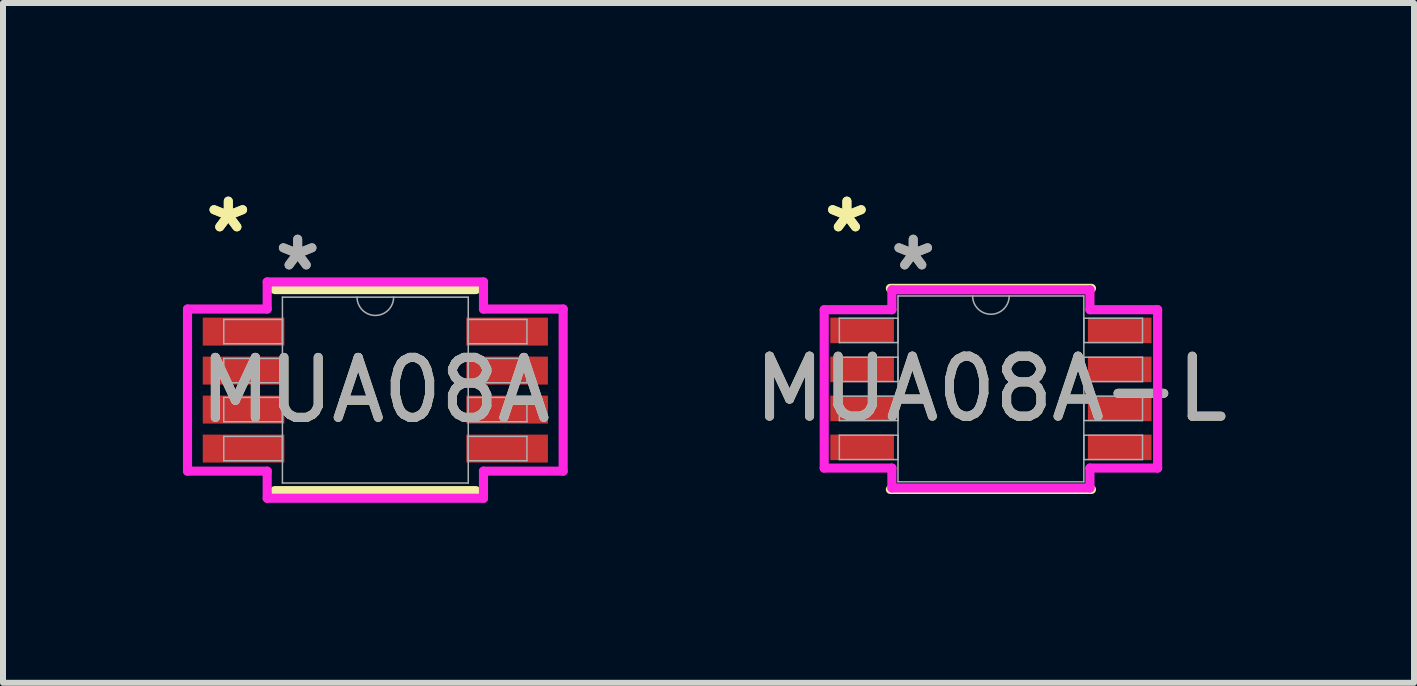
<source format=kicad_pcb>
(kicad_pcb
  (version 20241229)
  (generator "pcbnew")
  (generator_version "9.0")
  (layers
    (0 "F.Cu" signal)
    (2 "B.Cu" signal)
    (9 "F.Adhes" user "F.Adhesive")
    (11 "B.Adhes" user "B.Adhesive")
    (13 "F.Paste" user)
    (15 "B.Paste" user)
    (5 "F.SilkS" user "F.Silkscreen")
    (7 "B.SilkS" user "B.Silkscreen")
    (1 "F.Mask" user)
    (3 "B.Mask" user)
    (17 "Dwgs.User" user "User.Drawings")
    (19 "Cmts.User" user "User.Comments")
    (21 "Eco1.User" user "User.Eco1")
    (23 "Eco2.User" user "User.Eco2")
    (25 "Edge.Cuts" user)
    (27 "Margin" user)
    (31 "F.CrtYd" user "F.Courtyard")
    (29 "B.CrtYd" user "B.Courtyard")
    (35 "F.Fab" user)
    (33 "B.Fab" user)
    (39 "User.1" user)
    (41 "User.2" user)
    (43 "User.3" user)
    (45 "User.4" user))
  (footprint "MUA08A-L"
    (layer "F.Cu")
    (at 13.469 3.433)
    (property "Reference" "MUA08A-L" (at 0 0 0) (unlocked yes) (layer "F.SilkS") (effects (font (size 1 1) (thickness 0.15))))
    (attr smd)
    (fp_line (start -1.676 1.676) (end 1.676 1.676) (stroke (width 0.152) (type solid)) (layer "F.SilkS"))
    (fp_line (start 1.676 -1.676) (end -1.676 -1.676) (stroke (width 0.152) (type solid)) (layer "F.SilkS"))
    (fp_line (start -2.779 -1.32) (end -1.651 -1.32) (stroke (width 0.152) (type solid)) (layer "F.CrtYd"))
    (fp_line (start -2.779 1.32) (end -2.779 -1.32) (stroke (width 0.152) (type solid)) (layer "F.CrtYd"))
    (fp_line (start -2.779 1.32) (end -1.651 1.32) (stroke (width 0.152) (type solid)) (layer "F.CrtYd"))
    (fp_line (start -1.651 -1.651) (end 1.651 -1.651) (stroke (width 0.152) (type solid)) (layer "F.CrtYd"))
    (fp_line (start -1.651 -1.32) (end -1.651 -1.651) (stroke (width 0.152) (type solid)) (layer "F.CrtYd"))
    (fp_line (start -1.651 1.651) (end -1.651 1.32) (stroke (width 0.152) (type solid)) (layer "F.CrtYd"))
    (fp_line (start 1.651 -1.651) (end 1.651 -1.32) (stroke (width 0.152) (type solid)) (layer "F.CrtYd"))
    (fp_line (start 1.651 1.32) (end 1.651 1.651) (stroke (width 0.152) (type solid)) (layer "F.CrtYd"))
    (fp_line (start 1.651 1.651) (end -1.651 1.651) (stroke (width 0.152) (type solid)) (layer "F.CrtYd"))
    (fp_line (start 2.779 -1.32) (end 1.651 -1.32) (stroke (width 0.152) (type solid)) (layer "F.CrtYd"))
    (fp_line (start 2.779 -1.32) (end 2.779 1.32) (stroke (width 0.152) (type solid)) (layer "F.CrtYd"))
    (fp_line (start 2.779 1.32) (end 1.651 1.32) (stroke (width 0.152) (type solid)) (layer "F.CrtYd"))
    (fp_line (start -2.527 -1.178) (end -2.527 -0.772) (stroke (width 0.025) (type solid)) (layer "F.Fab"))
    (fp_line (start -2.527 -0.772) (end -1.549 -0.772) (stroke (width 0.025) (type solid)) (layer "F.Fab"))
    (fp_line (start -2.527 -0.528) (end -2.527 -0.122) (stroke (width 0.025) (type solid)) (layer "F.Fab"))
    (fp_line (start -2.527 -0.122) (end -1.549 -0.122) (stroke (width 0.025) (type solid)) (layer "F.Fab"))
    (fp_line (start -2.527 0.122) (end -2.527 0.528) (stroke (width 0.025) (type solid)) (layer "F.Fab"))
    (fp_line (start -2.527 0.528) (end -1.549 0.528) (stroke (width 0.025) (type solid)) (layer "F.Fab"))
    (fp_line (start -2.527 0.772) (end -2.527 1.178) (stroke (width 0.025) (type solid)) (layer "F.Fab"))
    (fp_line (start -2.527 1.178) (end -1.549 1.178) (stroke (width 0.025) (type solid)) (layer "F.Fab"))
    (fp_line (start -1.549 -1.549) (end -1.549 1.549) (stroke (width 0.025) (type solid)) (layer "F.Fab"))
    (fp_line (start -1.549 -1.178) (end -2.527 -1.178) (stroke (width 0.025) (type solid)) (layer "F.Fab"))
    (fp_line (start -1.549 -0.772) (end -1.549 -1.178) (stroke (width 0.025) (type solid)) (layer "F.Fab"))
    (fp_line (start -1.549 -0.528) (end -2.527 -0.528) (stroke (width 0.025) (type solid)) (layer "F.Fab"))
    (fp_line (start -1.549 -0.122) (end -1.549 -0.528) (stroke (width 0.025) (type solid)) (layer "F.Fab"))
    (fp_line (start -1.549 0.122) (end -2.527 0.122) (stroke (width 0.025) (type solid)) (layer "F.Fab"))
    (fp_line (start -1.549 0.528) (end -1.549 0.122) (stroke (width 0.025) (type solid)) (layer "F.Fab"))
    (fp_line (start -1.549 0.772) (end -2.527 0.772) (stroke (width 0.025) (type solid)) (layer "F.Fab"))
    (fp_line (start -1.549 1.178) (end -1.549 0.772) (stroke (width 0.025) (type solid)) (layer "F.Fab"))
    (fp_line (start -1.549 1.549) (end 1.549 1.549) (stroke (width 0.025) (type solid)) (layer "F.Fab"))
    (fp_line (start 1.549 -1.549) (end -1.549 -1.549) (stroke (width 0.025) (type solid)) (layer "F.Fab"))
    (fp_line (start 1.549 -1.178) (end 1.549 -0.772) (stroke (width 0.025) (type solid)) (layer "F.Fab"))
    (fp_line (start 1.549 -0.772) (end 2.527 -0.772) (stroke (width 0.025) (type solid)) (layer "F.Fab"))
    (fp_line (start 1.549 -0.528) (end 1.549 -0.122) (stroke (width 0.025) (type solid)) (layer "F.Fab"))
    (fp_line (start 1.549 -0.122) (end 2.527 -0.122) (stroke (width 0.025) (type solid)) (layer "F.Fab"))
    (fp_line (start 1.549 0.122) (end 1.549 0.528) (stroke (width 0.025) (type solid)) (layer "F.Fab"))
    (fp_line (start 1.549 0.528) (end 2.527 0.528) (stroke (width 0.025) (type solid)) (layer "F.Fab"))
    (fp_line (start 1.549 0.772) (end 1.549 1.178) (stroke (width 0.025) (type solid)) (layer "F.Fab"))
    (fp_line (start 1.549 1.178) (end 2.527 1.178) (stroke (width 0.025) (type solid)) (layer "F.Fab"))
    (fp_line (start 1.549 1.549) (end 1.549 -1.549) (stroke (width 0.025) (type solid)) (layer "F.Fab"))
    (fp_line (start 2.527 -1.178) (end 1.549 -1.178) (stroke (width 0.025) (type solid)) (layer "F.Fab"))
    (fp_line (start 2.527 -0.772) (end 2.527 -1.178) (stroke (width 0.025) (type solid)) (layer "F.Fab"))
    (fp_line (start 2.527 -0.528) (end 1.549 -0.528) (stroke (width 0.025) (type solid)) (layer "F.Fab"))
    (fp_line (start 2.527 -0.122) (end 2.527 -0.528) (stroke (width 0.025) (type solid)) (layer "F.Fab"))
    (fp_line (start 2.527 0.122) (end 1.549 0.122) (stroke (width 0.025) (type solid)) (layer "F.Fab"))
    (fp_line (start 2.527 0.528) (end 2.527 0.122) (stroke (width 0.025) (type solid)) (layer "F.Fab"))
    (fp_line (start 2.527 0.772) (end 1.549 0.772) (stroke (width 0.025) (type solid)) (layer "F.Fab"))
    (fp_line (start 2.527 1.178) (end 2.527 0.772) (stroke (width 0.025) (type solid)) (layer "F.Fab"))
    (fp_arc (start 0.3048 -1.5494) (mid 0 -1.2446) (end -0.3048 -1.5494) (stroke (width 0.0254) (type solid)) (layer "F.Fab"))
    (fp_text user "*" (at -2.401 -2.585 0) (layer "F.SilkS") (effects (font (size 1 1) (thickness 0.15))))
    (fp_text user "*" (at -2.401 -2.585 0) (unlocked yes) (layer "F.SilkS") (effects (font (size 1 1) (thickness 0.15))))
    (fp_text user "*" (at -1.295 -1.95 0) (unlocked yes) (layer "F.Fab") (effects (font (size 1 1) (thickness 0.15))))
    (fp_text user "*" (at -1.295 -1.95 0) (layer "F.Fab") (effects (font (size 1 1) (thickness 0.15))))
    (fp_text user "${REFERENCE}" (at 0 0 0) (unlocked yes) (layer "F.Fab") (effects (font (size 1 1) (thickness 0.15))))
    (pad "1" smd rect (at -2.147 -0.975) (size 1.06 0.426) (layers "F.Cu" "F.Mask" "F.Paste"))
    (pad "2" smd rect (at -2.147 -0.325) (size 1.06 0.426) (layers "F.Cu" "F.Mask" "F.Paste"))
    (pad "3" smd rect (at -2.147 0.325) (size 1.06 0.426) (layers "F.Cu" "F.Mask" "F.Paste"))
    (pad "4" smd rect (at -2.147 0.975) (size 1.06 0.426) (layers "F.Cu" "F.Mask" "F.Paste"))
    (pad "5" smd rect (at 2.147 0.975) (size 1.06 0.426) (layers "F.Cu" "F.Mask" "F.Paste"))
    (pad "6" smd rect (at 2.147 0.325) (size 1.06 0.426) (layers "F.Cu" "F.Mask" "F.Paste"))
    (pad "7" smd rect (at 2.147 -0.325) (size 1.06 0.426) (layers "F.Cu" "F.Mask" "F.Paste"))
    (pad "8" smd rect (at 2.147 -0.975) (size 1.06 0.426) (layers "F.Cu" "F.Mask" "F.Paste")))
  (footprint "MUA08A"
    (layer "F.Cu")
    (at 3.207 3.453)
    (property "Reference" "MUA08A" (at 0 0 0) (unlocked yes) (layer "F.SilkS") (effects (font (size 1 1) (thickness 0.15))))
    (attr smd)
    (fp_line (start -1.676 1.676) (end 1.676 1.676) (stroke (width 0.152) (type solid)) (layer "F.SilkS"))
    (fp_line (start 1.676 -1.676) (end -1.676 -1.676) (stroke (width 0.152) (type solid)) (layer "F.SilkS"))
    (fp_line (start -3.131 -1.351) (end -1.803 -1.351) (stroke (width 0.152) (type solid)) (layer "F.CrtYd"))
    (fp_line (start -3.131 1.351) (end -3.131 -1.351) (stroke (width 0.152) (type solid)) (layer "F.CrtYd"))
    (fp_line (start -3.131 1.351) (end -1.803 1.351) (stroke (width 0.152) (type solid)) (layer "F.CrtYd"))
    (fp_line (start -1.803 -1.803) (end 1.803 -1.803) (stroke (width 0.152) (type solid)) (layer "F.CrtYd"))
    (fp_line (start -1.803 -1.351) (end -1.803 -1.803) (stroke (width 0.152) (type solid)) (layer "F.CrtYd"))
    (fp_line (start -1.803 1.803) (end -1.803 1.351) (stroke (width 0.152) (type solid)) (layer "F.CrtYd"))
    (fp_line (start 1.803 -1.803) (end 1.803 -1.351) (stroke (width 0.152) (type solid)) (layer "F.CrtYd"))
    (fp_line (start 1.803 1.351) (end 1.803 1.803) (stroke (width 0.152) (type solid)) (layer "F.CrtYd"))
    (fp_line (start 1.803 1.803) (end -1.803 1.803) (stroke (width 0.152) (type solid)) (layer "F.CrtYd"))
    (fp_line (start 3.131 -1.351) (end 1.803 -1.351) (stroke (width 0.152) (type solid)) (layer "F.CrtYd"))
    (fp_line (start 3.131 -1.351) (end 3.131 1.351) (stroke (width 0.152) (type solid)) (layer "F.CrtYd"))
    (fp_line (start 3.131 1.351) (end 1.803 1.351) (stroke (width 0.152) (type solid)) (layer "F.CrtYd"))
    (fp_line (start -2.527 -1.178) (end -2.527 -0.772) (stroke (width 0.025) (type solid)) (layer "F.Fab"))
    (fp_line (start -2.527 -0.772) (end -1.549 -0.772) (stroke (width 0.025) (type solid)) (layer "F.Fab"))
    (fp_line (start -2.527 -0.528) (end -2.527 -0.122) (stroke (width 0.025) (type solid)) (layer "F.Fab"))
    (fp_line (start -2.527 -0.122) (end -1.549 -0.122) (stroke (width 0.025) (type solid)) (layer "F.Fab"))
    (fp_line (start -2.527 0.122) (end -2.527 0.528) (stroke (width 0.025) (type solid)) (layer "F.Fab"))
    (fp_line (start -2.527 0.528) (end -1.549 0.528) (stroke (width 0.025) (type solid)) (layer "F.Fab"))
    (fp_line (start -2.527 0.772) (end -2.527 1.178) (stroke (width 0.025) (type solid)) (layer "F.Fab"))
    (fp_line (start -2.527 1.178) (end -1.549 1.178) (stroke (width 0.025) (type solid)) (layer "F.Fab"))
    (fp_line (start -1.549 -1.549) (end -1.549 1.549) (stroke (width 0.025) (type solid)) (layer "F.Fab"))
    (fp_line (start -1.549 -1.178) (end -2.527 -1.178) (stroke (width 0.025) (type solid)) (layer "F.Fab"))
    (fp_line (start -1.549 -0.772) (end -1.549 -1.178) (stroke (width 0.025) (type solid)) (layer "F.Fab"))
    (fp_line (start -1.549 -0.528) (end -2.527 -0.528) (stroke (width 0.025) (type solid)) (layer "F.Fab"))
    (fp_line (start -1.549 -0.122) (end -1.549 -0.528) (stroke (width 0.025) (type solid)) (layer "F.Fab"))
    (fp_line (start -1.549 0.122) (end -2.527 0.122) (stroke (width 0.025) (type solid)) (layer "F.Fab"))
    (fp_line (start -1.549 0.528) (end -1.549 0.122) (stroke (width 0.025) (type solid)) (layer "F.Fab"))
    (fp_line (start -1.549 0.772) (end -2.527 0.772) (stroke (width 0.025) (type solid)) (layer "F.Fab"))
    (fp_line (start -1.549 1.178) (end -1.549 0.772) (stroke (width 0.025) (type solid)) (layer "F.Fab"))
    (fp_line (start -1.549 1.549) (end 1.549 1.549) (stroke (width 0.025) (type solid)) (layer "F.Fab"))
    (fp_line (start 1.549 -1.549) (end -1.549 -1.549) (stroke (width 0.025) (type solid)) (layer "F.Fab"))
    (fp_line (start 1.549 -1.178) (end 1.549 -0.772) (stroke (width 0.025) (type solid)) (layer "F.Fab"))
    (fp_line (start 1.549 -0.772) (end 2.527 -0.772) (stroke (width 0.025) (type solid)) (layer "F.Fab"))
    (fp_line (start 1.549 -0.528) (end 1.549 -0.122) (stroke (width 0.025) (type solid)) (layer "F.Fab"))
    (fp_line (start 1.549 -0.122) (end 2.527 -0.122) (stroke (width 0.025) (type solid)) (layer "F.Fab"))
    (fp_line (start 1.549 0.122) (end 1.549 0.528) (stroke (width 0.025) (type solid)) (layer "F.Fab"))
    (fp_line (start 1.549 0.528) (end 2.527 0.528) (stroke (width 0.025) (type solid)) (layer "F.Fab"))
    (fp_line (start 1.549 0.772) (end 1.549 1.178) (stroke (width 0.025) (type solid)) (layer "F.Fab"))
    (fp_line (start 1.549 1.178) (end 2.527 1.178) (stroke (width 0.025) (type solid)) (layer "F.Fab"))
    (fp_line (start 1.549 1.549) (end 1.549 -1.549) (stroke (width 0.025) (type solid)) (layer "F.Fab"))
    (fp_line (start 2.527 -1.178) (end 1.549 -1.178) (stroke (width 0.025) (type solid)) (layer "F.Fab"))
    (fp_line (start 2.527 -0.772) (end 2.527 -1.178) (stroke (width 0.025) (type solid)) (layer "F.Fab"))
    (fp_line (start 2.527 -0.528) (end 1.549 -0.528) (stroke (width 0.025) (type solid)) (layer "F.Fab"))
    (fp_line (start 2.527 -0.122) (end 2.527 -0.528) (stroke (width 0.025) (type solid)) (layer "F.Fab"))
    (fp_line (start 2.527 0.122) (end 1.549 0.122) (stroke (width 0.025) (type solid)) (layer "F.Fab"))
    (fp_line (start 2.527 0.528) (end 2.527 0.122) (stroke (width 0.025) (type solid)) (layer "F.Fab"))
    (fp_line (start 2.527 0.772) (end 1.549 0.772) (stroke (width 0.025) (type solid)) (layer "F.Fab"))
    (fp_line (start 2.527 1.178) (end 2.527 0.772) (stroke (width 0.025) (type solid)) (layer "F.Fab"))
    (fp_arc (start 0.3048 -1.5494) (mid 0 -1.2446) (end -0.3048 -1.5494) (stroke (width 0.0254) (type solid)) (layer "F.Fab"))
    (fp_text user "*" (at -2.451 -2.605 0) (layer "F.SilkS") (effects (font (size 1 1) (thickness 0.15))))
    (fp_text user "*" (at -2.451 -2.605 0) (unlocked yes) (layer "F.SilkS") (effects (font (size 1 1) (thickness 0.15))))
    (fp_text user "${REFERENCE}" (at 0 0 0) (unlocked yes) (layer "F.Fab") (effects (font (size 1 1) (thickness 0.15))))
    (fp_text user "*" (at -1.295 -1.97 0) (unlocked yes) (layer "F.Fab") (effects (font (size 1 1) (thickness 0.15))))
    (fp_text user "*" (at -1.295 -1.97 0) (layer "F.Fab") (effects (font (size 1 1) (thickness 0.15))))
    (pad "1" smd rect (at -2.197 -0.975) (size 1.36 0.466) (layers "F.Cu" "F.Mask" "F.Paste"))
    (pad "2" smd rect (at -2.197 -0.325) (size 1.36 0.466) (layers "F.Cu" "F.Mask" "F.Paste"))
    (pad "3" smd rect (at -2.197 0.325) (size 1.36 0.466) (layers "F.Cu" "F.Mask" "F.Paste"))
    (pad "4" smd rect (at -2.197 0.975) (size 1.36 0.466) (layers "F.Cu" "F.Mask" "F.Paste"))
    (pad "5" smd rect (at 2.197 0.975) (size 1.36 0.466) (layers "F.Cu" "F.Mask" "F.Paste"))
    (pad "6" smd rect (at 2.197 0.325) (size 1.36 0.466) (layers "F.Cu" "F.Mask" "F.Paste"))
    (pad "7" smd rect (at 2.197 -0.325) (size 1.36 0.466) (layers "F.Cu" "F.Mask" "F.Paste"))
    (pad "8" smd rect (at 2.197 -0.975) (size 1.36 0.466) (layers "F.Cu" "F.Mask" "F.Paste")))
  (gr_rect
    (start -3 -3)
    (end 20.522 8.333)
    (stroke (width 0.1) (type default))
    (fill no)
    (layer "Edge.Cuts")))
</source>
